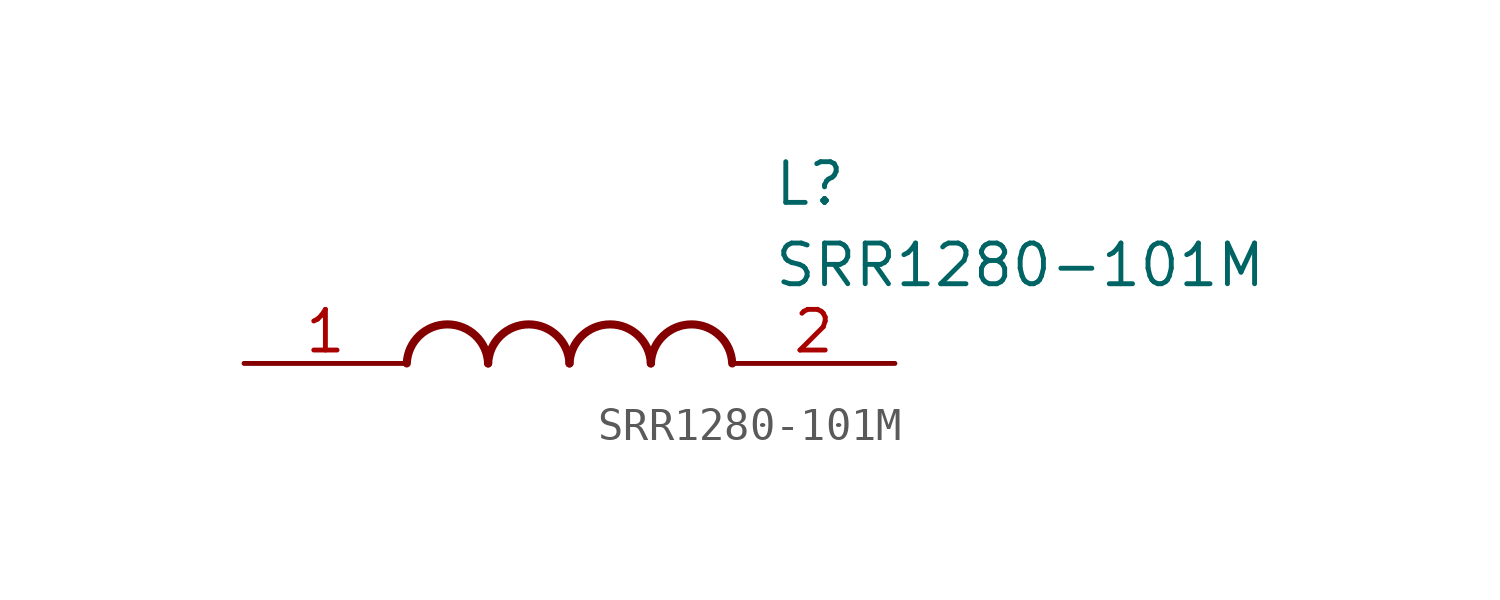
<source format=kicad_sym>
(kicad_symbol_lib
  (version 20211014)
  (generator SamacSys_ECAD_Model)
  (symbol "SRR1280-101M"
    (pin_names hide)
    (property "Reference" "L"
      (at 16.51 6.35 0)
      (effects (font (size 1.27 1.27)) (justify left top)))
    (property "Value" "SRR1280-101M"
      (at 16.51 3.81 0)
      (effects (font (size 1.27 1.27)) (justify left top)))
    (arc
      (start 7.62 0)
      (mid 6.35 1.219)
      (end 5.08 0)
      (stroke (width 0.254) (type default))
      (fill (type none)))
    (arc
      (start 10.16 0)
      (mid 8.89 1.219)
      (end 7.62 0)
      (stroke (width 0.254) (type default))
      (fill (type none)))
    (arc
      (start 12.7 0)
      (mid 11.43 1.219)
      (end 10.16 0)
      (stroke (width 0.254) (type default))
      (fill (type none)))
    (arc
      (start 15.24 0)
      (mid 13.97 1.219)
      (end 12.7 0)
      (stroke (width 0.254) (type default))
      (fill (type none)))
    (pin passive line
      (at 0 0 0)
      (length 5.08)
      (name "1" (effects (font (size 1.27 1.27))))
      (number "1" (effects (font (size 1.27 1.27)))))
    (pin passive line
      (at 20.32 0 180)
      (length 5.08)
      (name "2" (effects (font (size 1.27 1.27))))
      (number "2" (effects (font (size 1.27 1.27)))))))
</source>
